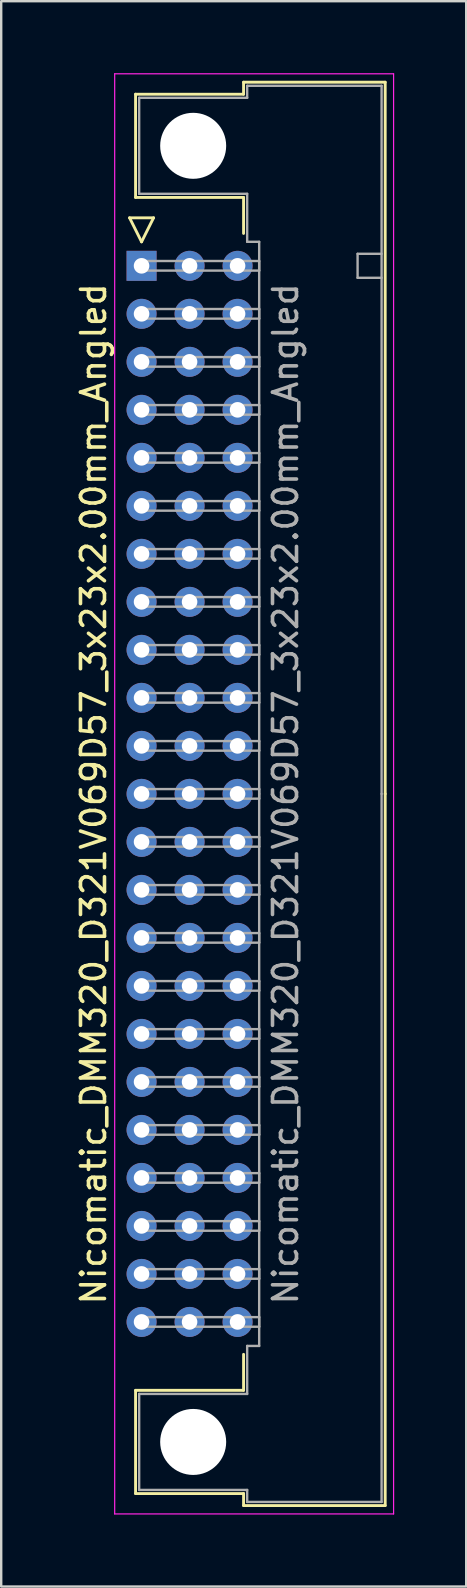
<source format=kicad_pcb>
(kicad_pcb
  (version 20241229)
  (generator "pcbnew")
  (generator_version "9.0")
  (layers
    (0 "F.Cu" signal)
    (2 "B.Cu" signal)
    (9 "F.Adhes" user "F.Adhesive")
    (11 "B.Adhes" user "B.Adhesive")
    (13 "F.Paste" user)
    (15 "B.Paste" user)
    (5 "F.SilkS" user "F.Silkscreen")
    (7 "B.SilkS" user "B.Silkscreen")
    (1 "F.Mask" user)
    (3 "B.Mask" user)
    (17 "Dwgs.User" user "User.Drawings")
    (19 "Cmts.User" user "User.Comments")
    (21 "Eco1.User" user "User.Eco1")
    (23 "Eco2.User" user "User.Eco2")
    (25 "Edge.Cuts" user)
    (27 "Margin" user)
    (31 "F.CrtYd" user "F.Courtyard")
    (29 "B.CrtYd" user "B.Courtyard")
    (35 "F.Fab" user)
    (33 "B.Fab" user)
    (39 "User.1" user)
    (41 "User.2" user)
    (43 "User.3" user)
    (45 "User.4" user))
  (footprint "Nicomatic_DMM320_D321V069D57_3x23x2.00mm_Angled"
    (layer "F.Cu")
    (at 2.848 8.025)
    (property "Reference" "Nicomatic_DMM320_D321V069D57_3x23x2.00mm_Angled" (at -2 22 90) (layer "F.SilkS") (effects (font (size 1 1) (thickness 0.15))))
    (attr through_hole)
    (fp_line (start -0.5 -2) (end 0 -1) (stroke (width 0.12) (type solid)) (layer "F.SilkS"))
    (fp_line (start -0.25 -7.15) (end -0.25 -2.85) (stroke (width 0.12) (type solid)) (layer "F.SilkS"))
    (fp_line (start -0.25 -2.85) (end 4.25 -2.85) (stroke (width 0.12) (type solid)) (layer "F.SilkS"))
    (fp_line (start -0.25 46.85) (end 4.25 46.85) (stroke (width 0.12) (type solid)) (layer "F.SilkS"))
    (fp_line (start -0.25 51.15) (end -0.25 46.85) (stroke (width 0.12) (type solid)) (layer "F.SilkS"))
    (fp_line (start 0 -1) (end 0.5 -2) (stroke (width 0.12) (type solid)) (layer "F.SilkS"))
    (fp_line (start 0.5 -2) (end -0.5 -2) (stroke (width 0.12) (type solid)) (layer "F.SilkS"))
    (fp_line (start 4.25 -7.65) (end 4.25 -7.15) (stroke (width 0.12) (type solid)) (layer "F.SilkS"))
    (fp_line (start 4.25 -7.15) (end -0.25 -7.15) (stroke (width 0.12) (type solid)) (layer "F.SilkS"))
    (fp_line (start 4.25 -2.85) (end 4.25 -1.35) (stroke (width 0.12) (type solid)) (layer "F.SilkS"))
    (fp_line (start 4.25 46.85) (end 4.25 45.35) (stroke (width 0.12) (type solid)) (layer "F.SilkS"))
    (fp_line (start 4.25 51.15) (end -0.25 51.15) (stroke (width 0.12) (type solid)) (layer "F.SilkS"))
    (fp_line (start 4.25 51.65) (end 4.25 51.15) (stroke (width 0.12) (type solid)) (layer "F.SilkS"))
    (fp_line (start 10.15 -7.65) (end 4.25 -7.65) (stroke (width 0.12) (type solid)) (layer "F.SilkS"))
    (fp_line (start 10.15 22) (end 10.15 -7.65) (stroke (width 0.12) (type solid)) (layer "F.SilkS"))
    (fp_line (start 10.15 22) (end 10.15 51.65) (stroke (width 0.12) (type solid)) (layer "F.SilkS"))
    (fp_line (start 10.15 51.65) (end 4.25 51.65) (stroke (width 0.12) (type solid)) (layer "F.SilkS"))
    (fp_line (start -1.12 -8) (end -1.12 52) (stroke (width 0.05) (type solid)) (layer "F.CrtYd"))
    (fp_line (start -1.12 52) (end 10.5 52) (stroke (width 0.05) (type solid)) (layer "F.CrtYd"))
    (fp_line (start 10.5 -8) (end -1.12 -8) (stroke (width 0.05) (type solid)) (layer "F.CrtYd"))
    (fp_line (start 10.5 52) (end 10.5 -8) (stroke (width 0.05) (type solid)) (layer "F.CrtYd"))
    (fp_line (start -0.1 -7) (end -0.1 -3) (stroke (width 0.1) (type solid)) (layer "F.Fab"))
    (fp_line (start -0.1 -3) (end 4.4 -3) (stroke (width 0.1) (type solid)) (layer "F.Fab"))
    (fp_line (start -0.1 47) (end 4.4 47) (stroke (width 0.1) (type solid)) (layer "F.Fab"))
    (fp_line (start -0.1 51) (end -0.1 47) (stroke (width 0.1) (type solid)) (layer "F.Fab"))
    (fp_line (start 0 -0.2) (end 0 0.2) (stroke (width 0.1) (type solid)) (layer "F.Fab"))
    (fp_line (start 0 0.2) (end 4.9 0.2) (stroke (width 0.1) (type solid)) (layer "F.Fab"))
    (fp_line (start 0 1.8) (end 0 2.2) (stroke (width 0.1) (type solid)) (layer "F.Fab"))
    (fp_line (start 0 2.2) (end 4.9 2.2) (stroke (width 0.1) (type solid)) (layer "F.Fab"))
    (fp_line (start 0 3.8) (end 0 4.2) (stroke (width 0.1) (type solid)) (layer "F.Fab"))
    (fp_line (start 0 4.2) (end 4.9 4.2) (stroke (width 0.1) (type solid)) (layer "F.Fab"))
    (fp_line (start 0 5.8) (end 0 6.2) (stroke (width 0.1) (type solid)) (layer "F.Fab"))
    (fp_line (start 0 6.2) (end 4.9 6.2) (stroke (width 0.1) (type solid)) (layer "F.Fab"))
    (fp_line (start 0 7.8) (end 0 8.2) (stroke (width 0.1) (type solid)) (layer "F.Fab"))
    (fp_line (start 0 8.2) (end 4.9 8.2) (stroke (width 0.1) (type solid)) (layer "F.Fab"))
    (fp_line (start 0 9.8) (end 0 10.2) (stroke (width 0.1) (type solid)) (layer "F.Fab"))
    (fp_line (start 0 10.2) (end 4.9 10.2) (stroke (width 0.1) (type solid)) (layer "F.Fab"))
    (fp_line (start 0 11.8) (end 0 12.2) (stroke (width 0.1) (type solid)) (layer "F.Fab"))
    (fp_line (start 0 12.2) (end 4.9 12.2) (stroke (width 0.1) (type solid)) (layer "F.Fab"))
    (fp_line (start 0 13.8) (end 0 14.2) (stroke (width 0.1) (type solid)) (layer "F.Fab"))
    (fp_line (start 0 14.2) (end 4.9 14.2) (stroke (width 0.1) (type solid)) (layer "F.Fab"))
    (fp_line (start 0 15.8) (end 0 16.2) (stroke (width 0.1) (type solid)) (layer "F.Fab"))
    (fp_line (start 0 16.2) (end 4.9 16.2) (stroke (width 0.1) (type solid)) (layer "F.Fab"))
    (fp_line (start 0 17.8) (end 0 18.2) (stroke (width 0.1) (type solid)) (layer "F.Fab"))
    (fp_line (start 0 18.2) (end 4.9 18.2) (stroke (width 0.1) (type solid)) (layer "F.Fab"))
    (fp_line (start 0 19.8) (end 0 20.2) (stroke (width 0.1) (type solid)) (layer "F.Fab"))
    (fp_line (start 0 20.2) (end 4.9 20.2) (stroke (width 0.1) (type solid)) (layer "F.Fab"))
    (fp_line (start 0 21.8) (end 0 22.2) (stroke (width 0.1) (type solid)) (layer "F.Fab"))
    (fp_line (start 0 22.2) (end 4.9 22.2) (stroke (width 0.1) (type solid)) (layer "F.Fab"))
    (fp_line (start 0 23.8) (end 0 24.2) (stroke (width 0.1) (type solid)) (layer "F.Fab"))
    (fp_line (start 0 24.2) (end 4.9 24.2) (stroke (width 0.1) (type solid)) (layer "F.Fab"))
    (fp_line (start 0 25.8) (end 0 26.2) (stroke (width 0.1) (type solid)) (layer "F.Fab"))
    (fp_line (start 0 26.2) (end 4.9 26.2) (stroke (width 0.1) (type solid)) (layer "F.Fab"))
    (fp_line (start 0 27.8) (end 0 28.2) (stroke (width 0.1) (type solid)) (layer "F.Fab"))
    (fp_line (start 0 28.2) (end 4.9 28.2) (stroke (width 0.1) (type solid)) (layer "F.Fab"))
    (fp_line (start 0 29.8) (end 0 30.2) (stroke (width 0.1) (type solid)) (layer "F.Fab"))
    (fp_line (start 0 30.2) (end 4.9 30.2) (stroke (width 0.1) (type solid)) (layer "F.Fab"))
    (fp_line (start 0 31.8) (end 0 32.2) (stroke (width 0.1) (type solid)) (layer "F.Fab"))
    (fp_line (start 0 32.2) (end 4.9 32.2) (stroke (width 0.1) (type solid)) (layer "F.Fab"))
    (fp_line (start 0 33.8) (end 0 34.2) (stroke (width 0.1) (type solid)) (layer "F.Fab"))
    (fp_line (start 0 34.2) (end 4.9 34.2) (stroke (width 0.1) (type solid)) (layer "F.Fab"))
    (fp_line (start 0 35.8) (end 0 36.2) (stroke (width 0.1) (type solid)) (layer "F.Fab"))
    (fp_line (start 0 36.2) (end 4.9 36.2) (stroke (width 0.1) (type solid)) (layer "F.Fab"))
    (fp_line (start 0 37.8) (end 0 38.2) (stroke (width 0.1) (type solid)) (layer "F.Fab"))
    (fp_line (start 0 38.2) (end 4.9 38.2) (stroke (width 0.1) (type solid)) (layer "F.Fab"))
    (fp_line (start 0 39.8) (end 0 40.2) (stroke (width 0.1) (type solid)) (layer "F.Fab"))
    (fp_line (start 0 40.2) (end 4.9 40.2) (stroke (width 0.1) (type solid)) (layer "F.Fab"))
    (fp_line (start 0 41.8) (end 0 42.2) (stroke (width 0.1) (type solid)) (layer "F.Fab"))
    (fp_line (start 0 42.2) (end 4.9 42.2) (stroke (width 0.1) (type solid)) (layer "F.Fab"))
    (fp_line (start 0 43.8) (end 0 44.2) (stroke (width 0.1) (type solid)) (layer "F.Fab"))
    (fp_line (start 0 44.2) (end 4.9 44.2) (stroke (width 0.1) (type solid)) (layer "F.Fab"))
    (fp_line (start 4.4 -7.5) (end 4.4 -7) (stroke (width 0.1) (type solid)) (layer "F.Fab"))
    (fp_line (start 4.4 -7) (end -0.1 -7) (stroke (width 0.1) (type solid)) (layer "F.Fab"))
    (fp_line (start 4.4 -3) (end 4.4 -1) (stroke (width 0.1) (type solid)) (layer "F.Fab"))
    (fp_line (start 4.4 -1) (end 4.9 -1) (stroke (width 0.1) (type solid)) (layer "F.Fab"))
    (fp_line (start 4.4 45) (end 4.9 45) (stroke (width 0.1) (type solid)) (layer "F.Fab"))
    (fp_line (start 4.4 47) (end 4.4 45) (stroke (width 0.1) (type solid)) (layer "F.Fab"))
    (fp_line (start 4.4 51) (end -0.1 51) (stroke (width 0.1) (type solid)) (layer "F.Fab"))
    (fp_line (start 4.4 51.5) (end 4.4 51) (stroke (width 0.1) (type solid)) (layer "F.Fab"))
    (fp_line (start 4.9 -1) (end 4.9 22) (stroke (width 0.1) (type solid)) (layer "F.Fab"))
    (fp_line (start 4.9 -0.2) (end 0 -0.2) (stroke (width 0.1) (type solid)) (layer "F.Fab"))
    (fp_line (start 4.9 0.2) (end 4.9 -0.2) (stroke (width 0.1) (type solid)) (layer "F.Fab"))
    (fp_line (start 4.9 1.8) (end 0 1.8) (stroke (width 0.1) (type solid)) (layer "F.Fab"))
    (fp_line (start 4.9 2.2) (end 4.9 1.8) (stroke (width 0.1) (type solid)) (layer "F.Fab"))
    (fp_line (start 4.9 3.8) (end 0 3.8) (stroke (width 0.1) (type solid)) (layer "F.Fab"))
    (fp_line (start 4.9 4.2) (end 4.9 3.8) (stroke (width 0.1) (type solid)) (layer "F.Fab"))
    (fp_line (start 4.9 5.8) (end 0 5.8) (stroke (width 0.1) (type solid)) (layer "F.Fab"))
    (fp_line (start 4.9 6.2) (end 4.9 5.8) (stroke (width 0.1) (type solid)) (layer "F.Fab"))
    (fp_line (start 4.9 7.8) (end 0 7.8) (stroke (width 0.1) (type solid)) (layer "F.Fab"))
    (fp_line (start 4.9 8.2) (end 4.9 7.8) (stroke (width 0.1) (type solid)) (layer "F.Fab"))
    (fp_line (start 4.9 9.8) (end 0 9.8) (stroke (width 0.1) (type solid)) (layer "F.Fab"))
    (fp_line (start 4.9 10.2) (end 4.9 9.8) (stroke (width 0.1) (type solid)) (layer "F.Fab"))
    (fp_line (start 4.9 11.8) (end 0 11.8) (stroke (width 0.1) (type solid)) (layer "F.Fab"))
    (fp_line (start 4.9 12.2) (end 4.9 11.8) (stroke (width 0.1) (type solid)) (layer "F.Fab"))
    (fp_line (start 4.9 13.8) (end 0 13.8) (stroke (width 0.1) (type solid)) (layer "F.Fab"))
    (fp_line (start 4.9 14.2) (end 4.9 13.8) (stroke (width 0.1) (type solid)) (layer "F.Fab"))
    (fp_line (start 4.9 15.8) (end 0 15.8) (stroke (width 0.1) (type solid)) (layer "F.Fab"))
    (fp_line (start 4.9 16.2) (end 4.9 15.8) (stroke (width 0.1) (type solid)) (layer "F.Fab"))
    (fp_line (start 4.9 17.8) (end 0 17.8) (stroke (width 0.1) (type solid)) (layer "F.Fab"))
    (fp_line (start 4.9 18.2) (end 4.9 17.8) (stroke (width 0.1) (type solid)) (layer "F.Fab"))
    (fp_line (start 4.9 19.8) (end 0 19.8) (stroke (width 0.1) (type solid)) (layer "F.Fab"))
    (fp_line (start 4.9 20.2) (end 4.9 19.8) (stroke (width 0.1) (type solid)) (layer "F.Fab"))
    (fp_line (start 4.9 21.8) (end 0 21.8) (stroke (width 0.1) (type solid)) (layer "F.Fab"))
    (fp_line (start 4.9 22.2) (end 4.9 21.8) (stroke (width 0.1) (type solid)) (layer "F.Fab"))
    (fp_line (start 4.9 23.8) (end 0 23.8) (stroke (width 0.1) (type solid)) (layer "F.Fab"))
    (fp_line (start 4.9 24.2) (end 4.9 23.8) (stroke (width 0.1) (type solid)) (layer "F.Fab"))
    (fp_line (start 4.9 25.8) (end 0 25.8) (stroke (width 0.1) (type solid)) (layer "F.Fab"))
    (fp_line (start 4.9 26.2) (end 4.9 25.8) (stroke (width 0.1) (type solid)) (layer "F.Fab"))
    (fp_line (start 4.9 27.8) (end 0 27.8) (stroke (width 0.1) (type solid)) (layer "F.Fab"))
    (fp_line (start 4.9 28.2) (end 4.9 27.8) (stroke (width 0.1) (type solid)) (layer "F.Fab"))
    (fp_line (start 4.9 29.8) (end 0 29.8) (stroke (width 0.1) (type solid)) (layer "F.Fab"))
    (fp_line (start 4.9 30.2) (end 4.9 29.8) (stroke (width 0.1) (type solid)) (layer "F.Fab"))
    (fp_line (start 4.9 31.8) (end 0 31.8) (stroke (width 0.1) (type solid)) (layer "F.Fab"))
    (fp_line (start 4.9 32.2) (end 4.9 31.8) (stroke (width 0.1) (type solid)) (layer "F.Fab"))
    (fp_line (start 4.9 33.8) (end 0 33.8) (stroke (width 0.1) (type solid)) (layer "F.Fab"))
    (fp_line (start 4.9 34.2) (end 4.9 33.8) (stroke (width 0.1) (type solid)) (layer "F.Fab"))
    (fp_line (start 4.9 35.8) (end 0 35.8) (stroke (width 0.1) (type solid)) (layer "F.Fab"))
    (fp_line (start 4.9 36.2) (end 4.9 35.8) (stroke (width 0.1) (type solid)) (layer "F.Fab"))
    (fp_line (start 4.9 37.8) (end 0 37.8) (stroke (width 0.1) (type solid)) (layer "F.Fab"))
    (fp_line (start 4.9 38.2) (end 4.9 37.8) (stroke (width 0.1) (type solid)) (layer "F.Fab"))
    (fp_line (start 4.9 39.8) (end 0 39.8) (stroke (width 0.1) (type solid)) (layer "F.Fab"))
    (fp_line (start 4.9 40.2) (end 4.9 39.8) (stroke (width 0.1) (type solid)) (layer "F.Fab"))
    (fp_line (start 4.9 41.8) (end 0 41.8) (stroke (width 0.1) (type solid)) (layer "F.Fab"))
    (fp_line (start 4.9 42.2) (end 4.9 41.8) (stroke (width 0.1) (type solid)) (layer "F.Fab"))
    (fp_line (start 4.9 43.8) (end 0 43.8) (stroke (width 0.1) (type solid)) (layer "F.Fab"))
    (fp_line (start 4.9 44.2) (end 4.9 43.8) (stroke (width 0.1) (type solid)) (layer "F.Fab"))
    (fp_line (start 4.9 45) (end 4.9 22) (stroke (width 0.1) (type solid)) (layer "F.Fab"))
    (fp_line (start 9 -0.5) (end 9 0.5) (stroke (width 0.1) (type solid)) (layer "F.Fab"))
    (fp_line (start 9 0.5) (end 10 0.5) (stroke (width 0.1) (type solid)) (layer "F.Fab"))
    (fp_line (start 10 -7.5) (end 4.4 -7.5) (stroke (width 0.1) (type solid)) (layer "F.Fab"))
    (fp_line (start 10 -0.5) (end 9 -0.5) (stroke (width 0.1) (type solid)) (layer "F.Fab"))
    (fp_line (start 10 22) (end 10 -7.5) (stroke (width 0.1) (type solid)) (layer "F.Fab"))
    (fp_line (start 10 22) (end 10 51.5) (stroke (width 0.1) (type solid)) (layer "F.Fab"))
    (fp_line (start 10 51.5) (end 4.4 51.5) (stroke (width 0.1) (type solid)) (layer "F.Fab"))
    (fp_text user "${REFERENCE}" (at 6 22 90) (layer "F.Fab") (effects (font (size 1 1) (thickness 0.15))))
    (pad "" np_thru_hole circle (at 2.15 -5) (size 2.75 2.75) (drill 2.75) (layers "*.Cu" "*.Mask"))
    (pad "" np_thru_hole circle (at 2.15 49) (size 2.75 2.75) (drill 2.75) (layers "*.Cu" "*.Mask"))
    (pad "1" thru_hole rect (at 0 0) (size 1.25 1.25) (drill 0.65) (layers "*.Cu" "*.Mask"))
    (pad "2" thru_hole oval (at 0 2) (size 1.25 1.25) (drill 0.65) (layers "*.Cu" "*.Mask"))
    (pad "3" thru_hole oval (at 0 4) (size 1.25 1.25) (drill 0.65) (layers "*.Cu" "*.Mask"))
    (pad "4" thru_hole oval (at 0 6) (size 1.25 1.25) (drill 0.65) (layers "*.Cu" "*.Mask"))
    (pad "5" thru_hole oval (at 0 8) (size 1.25 1.25) (drill 0.65) (layers "*.Cu" "*.Mask"))
    (pad "6" thru_hole oval (at 0 10) (size 1.25 1.25) (drill 0.65) (layers "*.Cu" "*.Mask"))
    (pad "7" thru_hole oval (at 0 12) (size 1.25 1.25) (drill 0.65) (layers "*.Cu" "*.Mask"))
    (pad "8" thru_hole oval (at 0 14) (size 1.25 1.25) (drill 0.65) (layers "*.Cu" "*.Mask"))
    (pad "9" thru_hole oval (at 0 16) (size 1.25 1.25) (drill 0.65) (layers "*.Cu" "*.Mask"))
    (pad "10" thru_hole oval (at 0 18) (size 1.25 1.25) (drill 0.65) (layers "*.Cu" "*.Mask"))
    (pad "11" thru_hole oval (at 0 20) (size 1.25 1.25) (drill 0.65) (layers "*.Cu" "*.Mask"))
    (pad "12" thru_hole oval (at 0 22) (size 1.25 1.25) (drill 0.65) (layers "*.Cu" "*.Mask"))
    (pad "13" thru_hole oval (at 0 24) (size 1.25 1.25) (drill 0.65) (layers "*.Cu" "*.Mask"))
    (pad "14" thru_hole oval (at 0 26) (size 1.25 1.25) (drill 0.65) (layers "*.Cu" "*.Mask"))
    (pad "15" thru_hole oval (at 0 28) (size 1.25 1.25) (drill 0.65) (layers "*.Cu" "*.Mask"))
    (pad "16" thru_hole oval (at 0 30) (size 1.25 1.25) (drill 0.65) (layers "*.Cu" "*.Mask"))
    (pad "17" thru_hole oval (at 0 32) (size 1.25 1.25) (drill 0.65) (layers "*.Cu" "*.Mask"))
    (pad "18" thru_hole oval (at 0 34) (size 1.25 1.25) (drill 0.65) (layers "*.Cu" "*.Mask"))
    (pad "19" thru_hole oval (at 0 36) (size 1.25 1.25) (drill 0.65) (layers "*.Cu" "*.Mask"))
    (pad "20" thru_hole oval (at 0 38) (size 1.25 1.25) (drill 0.65) (layers "*.Cu" "*.Mask"))
    (pad "21" thru_hole oval (at 0 40) (size 1.25 1.25) (drill 0.65) (layers "*.Cu" "*.Mask"))
    (pad "22" thru_hole oval (at 0 42) (size 1.25 1.25) (drill 0.65) (layers "*.Cu" "*.Mask"))
    (pad "23" thru_hole oval (at 0 44) (size 1.25 1.25) (drill 0.65) (layers "*.Cu" "*.Mask"))
    (pad "24" thru_hole oval (at 2 0) (size 1.25 1.25) (drill 0.65) (layers "*.Cu" "*.Mask"))
    (pad "25" thru_hole oval (at 2 2) (size 1.25 1.25) (drill 0.65) (layers "*.Cu" "*.Mask"))
    (pad "26" thru_hole oval (at 2 4) (size 1.25 1.25) (drill 0.65) (layers "*.Cu" "*.Mask"))
    (pad "27" thru_hole oval (at 2 6) (size 1.25 1.25) (drill 0.65) (layers "*.Cu" "*.Mask"))
    (pad "28" thru_hole oval (at 2 8) (size 1.25 1.25) (drill 0.65) (layers "*.Cu" "*.Mask"))
    (pad "29" thru_hole oval (at 2 10) (size 1.25 1.25) (drill 0.65) (layers "*.Cu" "*.Mask"))
    (pad "30" thru_hole oval (at 2 12) (size 1.25 1.25) (drill 0.65) (layers "*.Cu" "*.Mask"))
    (pad "31" thru_hole oval (at 2 14) (size 1.25 1.25) (drill 0.65) (layers "*.Cu" "*.Mask"))
    (pad "32" thru_hole oval (at 2 16) (size 1.25 1.25) (drill 0.65) (layers "*.Cu" "*.Mask"))
    (pad "33" thru_hole oval (at 2 18) (size 1.25 1.25) (drill 0.65) (layers "*.Cu" "*.Mask"))
    (pad "34" thru_hole oval (at 2 20) (size 1.25 1.25) (drill 0.65) (layers "*.Cu" "*.Mask"))
    (pad "35" thru_hole oval (at 2 22) (size 1.25 1.25) (drill 0.65) (layers "*.Cu" "*.Mask"))
    (pad "36" thru_hole oval (at 2 24) (size 1.25 1.25) (drill 0.65) (layers "*.Cu" "*.Mask"))
    (pad "37" thru_hole oval (at 2 26) (size 1.25 1.25) (drill 0.65) (layers "*.Cu" "*.Mask"))
    (pad "38" thru_hole oval (at 2 28) (size 1.25 1.25) (drill 0.65) (layers "*.Cu" "*.Mask"))
    (pad "39" thru_hole oval (at 2 30) (size 1.25 1.25) (drill 0.65) (layers "*.Cu" "*.Mask"))
    (pad "40" thru_hole oval (at 2 32) (size 1.25 1.25) (drill 0.65) (layers "*.Cu" "*.Mask"))
    (pad "41" thru_hole oval (at 2 34) (size 1.25 1.25) (drill 0.65) (layers "*.Cu" "*.Mask"))
    (pad "42" thru_hole oval (at 2 36) (size 1.25 1.25) (drill 0.65) (layers "*.Cu" "*.Mask"))
    (pad "43" thru_hole oval (at 2 38) (size 1.25 1.25) (drill 0.65) (layers "*.Cu" "*.Mask"))
    (pad "44" thru_hole oval (at 2 40) (size 1.25 1.25) (drill 0.65) (layers "*.Cu" "*.Mask"))
    (pad "45" thru_hole oval (at 2 42) (size 1.25 1.25) (drill 0.65) (layers "*.Cu" "*.Mask"))
    (pad "46" thru_hole oval (at 2 44) (size 1.25 1.25) (drill 0.65) (layers "*.Cu" "*.Mask"))
    (pad "47" thru_hole oval (at 4 0) (size 1.25 1.25) (drill 0.65) (layers "*.Cu" "*.Mask"))
    (pad "48" thru_hole oval (at 4 2) (size 1.25 1.25) (drill 0.65) (layers "*.Cu" "*.Mask"))
    (pad "49" thru_hole oval (at 4 4) (size 1.25 1.25) (drill 0.65) (layers "*.Cu" "*.Mask"))
    (pad "50" thru_hole oval (at 4 6) (size 1.25 1.25) (drill 0.65) (layers "*.Cu" "*.Mask"))
    (pad "51" thru_hole oval (at 4 8) (size 1.25 1.25) (drill 0.65) (layers "*.Cu" "*.Mask"))
    (pad "52" thru_hole oval (at 4 10) (size 1.25 1.25) (drill 0.65) (layers "*.Cu" "*.Mask"))
    (pad "53" thru_hole oval (at 4 12) (size 1.25 1.25) (drill 0.65) (layers "*.Cu" "*.Mask"))
    (pad "54" thru_hole oval (at 4 14) (size 1.25 1.25) (drill 0.65) (layers "*.Cu" "*.Mask"))
    (pad "55" thru_hole oval (at 4 16) (size 1.25 1.25) (drill 0.65) (layers "*.Cu" "*.Mask"))
    (pad "56" thru_hole oval (at 4 18) (size 1.25 1.25) (drill 0.65) (layers "*.Cu" "*.Mask"))
    (pad "57" thru_hole oval (at 4 20) (size 1.25 1.25) (drill 0.65) (layers "*.Cu" "*.Mask"))
    (pad "58" thru_hole oval (at 4 22) (size 1.25 1.25) (drill 0.65) (layers "*.Cu" "*.Mask"))
    (pad "59" thru_hole oval (at 4 24) (size 1.25 1.25) (drill 0.65) (layers "*.Cu" "*.Mask"))
    (pad "60" thru_hole oval (at 4 26) (size 1.25 1.25) (drill 0.65) (layers "*.Cu" "*.Mask"))
    (pad "61" thru_hole oval (at 4 28) (size 1.25 1.25) (drill 0.65) (layers "*.Cu" "*.Mask"))
    (pad "62" thru_hole oval (at 4 30) (size 1.25 1.25) (drill 0.65) (layers "*.Cu" "*.Mask"))
    (pad "63" thru_hole oval (at 4 32) (size 1.25 1.25) (drill 0.65) (layers "*.Cu" "*.Mask"))
    (pad "64" thru_hole oval (at 4 34) (size 1.25 1.25) (drill 0.65) (layers "*.Cu" "*.Mask"))
    (pad "65" thru_hole oval (at 4 36) (size 1.25 1.25) (drill 0.65) (layers "*.Cu" "*.Mask"))
    (pad "66" thru_hole oval (at 4 38) (size 1.25 1.25) (drill 0.65) (layers "*.Cu" "*.Mask"))
    (pad "67" thru_hole oval (at 4 40) (size 1.25 1.25) (drill 0.65) (layers "*.Cu" "*.Mask"))
    (pad "68" thru_hole oval (at 4 42) (size 1.25 1.25) (drill 0.65) (layers "*.Cu" "*.Mask"))
    (pad "69" thru_hole oval (at 4 44) (size 1.25 1.25) (drill 0.65) (layers "*.Cu" "*.Mask")))
  (gr_rect
    (start -3 -3)
    (end 16.373 63.05)
    (stroke (width 0.1) (type default))
    (fill no)
    (layer "Edge.Cuts")))
</source>
